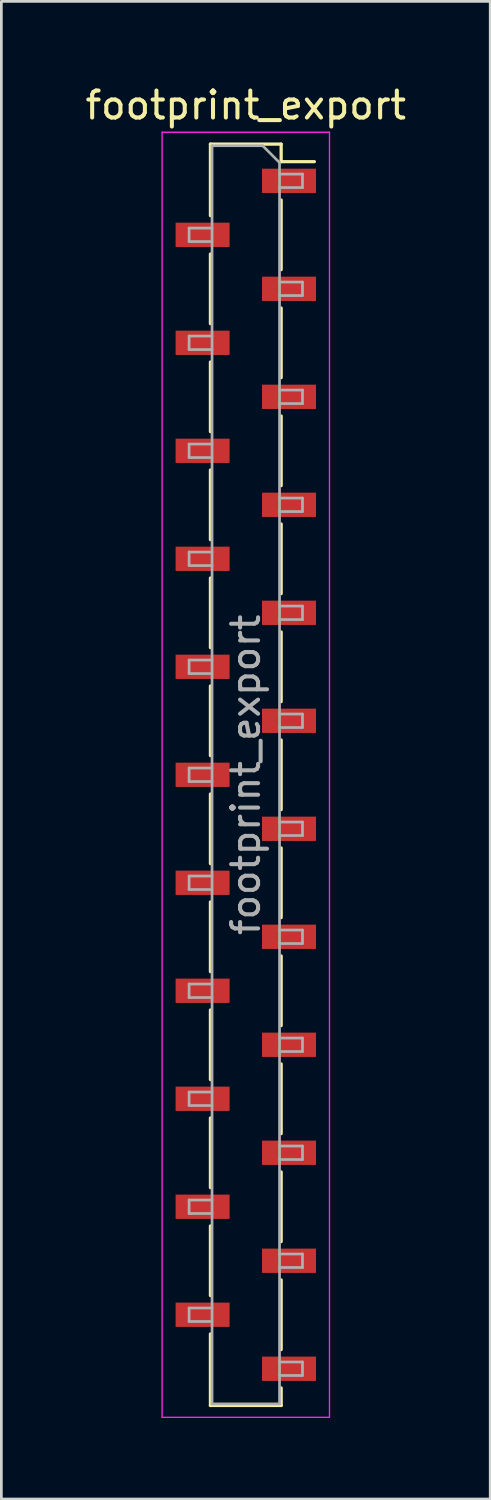
<source format=kicad_pcb>
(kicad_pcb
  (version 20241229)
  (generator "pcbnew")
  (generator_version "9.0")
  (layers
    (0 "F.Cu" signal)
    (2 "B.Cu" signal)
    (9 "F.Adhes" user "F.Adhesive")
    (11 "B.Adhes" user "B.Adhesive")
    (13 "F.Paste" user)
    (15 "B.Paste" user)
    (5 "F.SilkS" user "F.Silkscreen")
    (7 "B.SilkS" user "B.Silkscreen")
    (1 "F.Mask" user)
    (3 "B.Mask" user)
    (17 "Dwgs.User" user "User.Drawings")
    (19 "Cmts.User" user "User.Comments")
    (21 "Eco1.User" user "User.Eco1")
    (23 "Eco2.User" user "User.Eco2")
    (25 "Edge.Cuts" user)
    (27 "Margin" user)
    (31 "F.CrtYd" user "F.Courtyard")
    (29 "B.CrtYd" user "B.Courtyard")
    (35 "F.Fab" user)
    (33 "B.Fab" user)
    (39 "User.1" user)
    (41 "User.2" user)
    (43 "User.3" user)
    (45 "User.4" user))
  (footprint "footprint_export"
    (layer "F.Cu")
    (at 6.054 25.648)
    (property "Reference" "footprint_export" (at 0 -24.8 0) (layer "F.SilkS") (effects (font (size 1 1) (thickness 0.15))))
    (attr smd)
    (fp_line (start -1.31 -23.36) (end -1.31 -20.71) (stroke (width 0.12) (type solid)) (layer "F.SilkS"))
    (fp_line (start -1.31 -23.36) (end 1.31 -23.36) (stroke (width 0.12) (type solid)) (layer "F.SilkS"))
    (fp_line (start -1.31 -19.29) (end -1.31 -16.71) (stroke (width 0.12) (type solid)) (layer "F.SilkS"))
    (fp_line (start -1.31 -15.29) (end -1.31 -12.71) (stroke (width 0.12) (type solid)) (layer "F.SilkS"))
    (fp_line (start -1.31 -11.29) (end -1.31 -8.71) (stroke (width 0.12) (type solid)) (layer "F.SilkS"))
    (fp_line (start -1.31 -7.29) (end -1.31 -4.71) (stroke (width 0.12) (type solid)) (layer "F.SilkS"))
    (fp_line (start -1.31 -3.29) (end -1.31 -0.71) (stroke (width 0.12) (type solid)) (layer "F.SilkS"))
    (fp_line (start -1.31 0.71) (end -1.31 3.29) (stroke (width 0.12) (type solid)) (layer "F.SilkS"))
    (fp_line (start -1.31 4.71) (end -1.31 7.29) (stroke (width 0.12) (type solid)) (layer "F.SilkS"))
    (fp_line (start -1.31 8.71) (end -1.31 11.29) (stroke (width 0.12) (type solid)) (layer "F.SilkS"))
    (fp_line (start -1.31 12.71) (end -1.31 15.29) (stroke (width 0.12) (type solid)) (layer "F.SilkS"))
    (fp_line (start -1.31 16.71) (end -1.31 19.29) (stroke (width 0.12) (type solid)) (layer "F.SilkS"))
    (fp_line (start -1.31 20.71) (end -1.31 23.36) (stroke (width 0.12) (type solid)) (layer "F.SilkS"))
    (fp_line (start -1.31 23.36) (end 1.31 23.36) (stroke (width 0.12) (type solid)) (layer "F.SilkS"))
    (fp_line (start 1.31 -23.36) (end 1.31 -22.71) (stroke (width 0.12) (type solid)) (layer "F.SilkS"))
    (fp_line (start 1.31 -22.71) (end 2.54 -22.71) (stroke (width 0.12) (type solid)) (layer "F.SilkS"))
    (fp_line (start 1.31 -21.29) (end 1.31 -18.71) (stroke (width 0.12) (type solid)) (layer "F.SilkS"))
    (fp_line (start 1.31 -17.29) (end 1.31 -14.71) (stroke (width 0.12) (type solid)) (layer "F.SilkS"))
    (fp_line (start 1.31 -13.29) (end 1.31 -10.71) (stroke (width 0.12) (type solid)) (layer "F.SilkS"))
    (fp_line (start 1.31 -9.29) (end 1.31 -6.71) (stroke (width 0.12) (type solid)) (layer "F.SilkS"))
    (fp_line (start 1.31 -5.29) (end 1.31 -2.71) (stroke (width 0.12) (type solid)) (layer "F.SilkS"))
    (fp_line (start 1.31 -1.29) (end 1.31 1.29) (stroke (width 0.12) (type solid)) (layer "F.SilkS"))
    (fp_line (start 1.31 2.71) (end 1.31 5.29) (stroke (width 0.12) (type solid)) (layer "F.SilkS"))
    (fp_line (start 1.31 6.71) (end 1.31 9.29) (stroke (width 0.12) (type solid)) (layer "F.SilkS"))
    (fp_line (start 1.31 10.71) (end 1.31 13.29) (stroke (width 0.12) (type solid)) (layer "F.SilkS"))
    (fp_line (start 1.31 14.71) (end 1.31 17.29) (stroke (width 0.12) (type solid)) (layer "F.SilkS"))
    (fp_line (start 1.31 18.71) (end 1.31 21.29) (stroke (width 0.12) (type solid)) (layer "F.SilkS"))
    (fp_line (start 1.31 22.71) (end 1.31 23.36) (stroke (width 0.12) (type solid)) (layer "F.SilkS"))
    (fp_line (start -3.1 -23.8) (end 3.1 -23.8) (stroke (width 0.05) (type solid)) (layer "F.CrtYd"))
    (fp_line (start -3.1 23.8) (end -3.1 -23.8) (stroke (width 0.05) (type solid)) (layer "F.CrtYd"))
    (fp_line (start 3.1 -23.8) (end 3.1 23.8) (stroke (width 0.05) (type solid)) (layer "F.CrtYd"))
    (fp_line (start 3.1 23.8) (end -3.1 23.8) (stroke (width 0.05) (type solid)) (layer "F.CrtYd"))
    (fp_line (start -2.1 -20.25) (end -1.25 -20.25) (stroke (width 0.1) (type solid)) (layer "F.Fab"))
    (fp_line (start -2.1 -19.75) (end -2.1 -20.25) (stroke (width 0.1) (type solid)) (layer "F.Fab"))
    (fp_line (start -2.1 -16.25) (end -1.25 -16.25) (stroke (width 0.1) (type solid)) (layer "F.Fab"))
    (fp_line (start -2.1 -15.75) (end -2.1 -16.25) (stroke (width 0.1) (type solid)) (layer "F.Fab"))
    (fp_line (start -2.1 -12.25) (end -1.25 -12.25) (stroke (width 0.1) (type solid)) (layer "F.Fab"))
    (fp_line (start -2.1 -11.75) (end -2.1 -12.25) (stroke (width 0.1) (type solid)) (layer "F.Fab"))
    (fp_line (start -2.1 -8.25) (end -1.25 -8.25) (stroke (width 0.1) (type solid)) (layer "F.Fab"))
    (fp_line (start -2.1 -7.75) (end -2.1 -8.25) (stroke (width 0.1) (type solid)) (layer "F.Fab"))
    (fp_line (start -2.1 -4.25) (end -1.25 -4.25) (stroke (width 0.1) (type solid)) (layer "F.Fab"))
    (fp_line (start -2.1 -3.75) (end -2.1 -4.25) (stroke (width 0.1) (type solid)) (layer "F.Fab"))
    (fp_line (start -2.1 -0.25) (end -1.25 -0.25) (stroke (width 0.1) (type solid)) (layer "F.Fab"))
    (fp_line (start -2.1 0.25) (end -2.1 -0.25) (stroke (width 0.1) (type solid)) (layer "F.Fab"))
    (fp_line (start -2.1 3.75) (end -1.25 3.75) (stroke (width 0.1) (type solid)) (layer "F.Fab"))
    (fp_line (start -2.1 4.25) (end -2.1 3.75) (stroke (width 0.1) (type solid)) (layer "F.Fab"))
    (fp_line (start -2.1 7.75) (end -1.25 7.75) (stroke (width 0.1) (type solid)) (layer "F.Fab"))
    (fp_line (start -2.1 8.25) (end -2.1 7.75) (stroke (width 0.1) (type solid)) (layer "F.Fab"))
    (fp_line (start -2.1 11.75) (end -1.25 11.75) (stroke (width 0.1) (type solid)) (layer "F.Fab"))
    (fp_line (start -2.1 12.25) (end -2.1 11.75) (stroke (width 0.1) (type solid)) (layer "F.Fab"))
    (fp_line (start -2.1 15.75) (end -1.25 15.75) (stroke (width 0.1) (type solid)) (layer "F.Fab"))
    (fp_line (start -2.1 16.25) (end -2.1 15.75) (stroke (width 0.1) (type solid)) (layer "F.Fab"))
    (fp_line (start -2.1 19.75) (end -1.25 19.75) (stroke (width 0.1) (type solid)) (layer "F.Fab"))
    (fp_line (start -2.1 20.25) (end -2.1 19.75) (stroke (width 0.1) (type solid)) (layer "F.Fab"))
    (fp_line (start -1.25 -23.3) (end 0.625 -23.3) (stroke (width 0.1) (type solid)) (layer "F.Fab"))
    (fp_line (start -1.25 -19.75) (end -2.1 -19.75) (stroke (width 0.1) (type solid)) (layer "F.Fab"))
    (fp_line (start -1.25 -15.75) (end -2.1 -15.75) (stroke (width 0.1) (type solid)) (layer "F.Fab"))
    (fp_line (start -1.25 -11.75) (end -2.1 -11.75) (stroke (width 0.1) (type solid)) (layer "F.Fab"))
    (fp_line (start -1.25 -7.75) (end -2.1 -7.75) (stroke (width 0.1) (type solid)) (layer "F.Fab"))
    (fp_line (start -1.25 -3.75) (end -2.1 -3.75) (stroke (width 0.1) (type solid)) (layer "F.Fab"))
    (fp_line (start -1.25 0.25) (end -2.1 0.25) (stroke (width 0.1) (type solid)) (layer "F.Fab"))
    (fp_line (start -1.25 4.25) (end -2.1 4.25) (stroke (width 0.1) (type solid)) (layer "F.Fab"))
    (fp_line (start -1.25 8.25) (end -2.1 8.25) (stroke (width 0.1) (type solid)) (layer "F.Fab"))
    (fp_line (start -1.25 12.25) (end -2.1 12.25) (stroke (width 0.1) (type solid)) (layer "F.Fab"))
    (fp_line (start -1.25 16.25) (end -2.1 16.25) (stroke (width 0.1) (type solid)) (layer "F.Fab"))
    (fp_line (start -1.25 20.25) (end -2.1 20.25) (stroke (width 0.1) (type solid)) (layer "F.Fab"))
    (fp_line (start -1.25 23.3) (end -1.25 -23.3) (stroke (width 0.1) (type solid)) (layer "F.Fab"))
    (fp_line (start 0.625 -23.3) (end 1.25 -22.675) (stroke (width 0.1) (type solid)) (layer "F.Fab"))
    (fp_line (start 1.25 -22.675) (end 1.25 23.3) (stroke (width 0.1) (type solid)) (layer "F.Fab"))
    (fp_line (start 1.25 -22.25) (end 2.1 -22.25) (stroke (width 0.1) (type solid)) (layer "F.Fab"))
    (fp_line (start 1.25 -18.25) (end 2.1 -18.25) (stroke (width 0.1) (type solid)) (layer "F.Fab"))
    (fp_line (start 1.25 -14.25) (end 2.1 -14.25) (stroke (width 0.1) (type solid)) (layer "F.Fab"))
    (fp_line (start 1.25 -10.25) (end 2.1 -10.25) (stroke (width 0.1) (type solid)) (layer "F.Fab"))
    (fp_line (start 1.25 -6.25) (end 2.1 -6.25) (stroke (width 0.1) (type solid)) (layer "F.Fab"))
    (fp_line (start 1.25 -2.25) (end 2.1 -2.25) (stroke (width 0.1) (type solid)) (layer "F.Fab"))
    (fp_line (start 1.25 1.75) (end 2.1 1.75) (stroke (width 0.1) (type solid)) (layer "F.Fab"))
    (fp_line (start 1.25 5.75) (end 2.1 5.75) (stroke (width 0.1) (type solid)) (layer "F.Fab"))
    (fp_line (start 1.25 9.75) (end 2.1 9.75) (stroke (width 0.1) (type solid)) (layer "F.Fab"))
    (fp_line (start 1.25 13.75) (end 2.1 13.75) (stroke (width 0.1) (type solid)) (layer "F.Fab"))
    (fp_line (start 1.25 17.75) (end 2.1 17.75) (stroke (width 0.1) (type solid)) (layer "F.Fab"))
    (fp_line (start 1.25 21.75) (end 2.1 21.75) (stroke (width 0.1) (type solid)) (layer "F.Fab"))
    (fp_line (start 1.25 23.3) (end -1.25 23.3) (stroke (width 0.1) (type solid)) (layer "F.Fab"))
    (fp_line (start 2.1 -22.25) (end 2.1 -21.75) (stroke (width 0.1) (type solid)) (layer "F.Fab"))
    (fp_line (start 2.1 -21.75) (end 1.25 -21.75) (stroke (width 0.1) (type solid)) (layer "F.Fab"))
    (fp_line (start 2.1 -18.25) (end 2.1 -17.75) (stroke (width 0.1) (type solid)) (layer "F.Fab"))
    (fp_line (start 2.1 -17.75) (end 1.25 -17.75) (stroke (width 0.1) (type solid)) (layer "F.Fab"))
    (fp_line (start 2.1 -14.25) (end 2.1 -13.75) (stroke (width 0.1) (type solid)) (layer "F.Fab"))
    (fp_line (start 2.1 -13.75) (end 1.25 -13.75) (stroke (width 0.1) (type solid)) (layer "F.Fab"))
    (fp_line (start 2.1 -10.25) (end 2.1 -9.75) (stroke (width 0.1) (type solid)) (layer "F.Fab"))
    (fp_line (start 2.1 -9.75) (end 1.25 -9.75) (stroke (width 0.1) (type solid)) (layer "F.Fab"))
    (fp_line (start 2.1 -6.25) (end 2.1 -5.75) (stroke (width 0.1) (type solid)) (layer "F.Fab"))
    (fp_line (start 2.1 -5.75) (end 1.25 -5.75) (stroke (width 0.1) (type solid)) (layer "F.Fab"))
    (fp_line (start 2.1 -2.25) (end 2.1 -1.75) (stroke (width 0.1) (type solid)) (layer "F.Fab"))
    (fp_line (start 2.1 -1.75) (end 1.25 -1.75) (stroke (width 0.1) (type solid)) (layer "F.Fab"))
    (fp_line (start 2.1 1.75) (end 2.1 2.25) (stroke (width 0.1) (type solid)) (layer "F.Fab"))
    (fp_line (start 2.1 2.25) (end 1.25 2.25) (stroke (width 0.1) (type solid)) (layer "F.Fab"))
    (fp_line (start 2.1 5.75) (end 2.1 6.25) (stroke (width 0.1) (type solid)) (layer "F.Fab"))
    (fp_line (start 2.1 6.25) (end 1.25 6.25) (stroke (width 0.1) (type solid)) (layer "F.Fab"))
    (fp_line (start 2.1 9.75) (end 2.1 10.25) (stroke (width 0.1) (type solid)) (layer "F.Fab"))
    (fp_line (start 2.1 10.25) (end 1.25 10.25) (stroke (width 0.1) (type solid)) (layer "F.Fab"))
    (fp_line (start 2.1 13.75) (end 2.1 14.25) (stroke (width 0.1) (type solid)) (layer "F.Fab"))
    (fp_line (start 2.1 14.25) (end 1.25 14.25) (stroke (width 0.1) (type solid)) (layer "F.Fab"))
    (fp_line (start 2.1 17.75) (end 2.1 18.25) (stroke (width 0.1) (type solid)) (layer "F.Fab"))
    (fp_line (start 2.1 18.25) (end 1.25 18.25) (stroke (width 0.1) (type solid)) (layer "F.Fab"))
    (fp_line (start 2.1 21.75) (end 2.1 22.25) (stroke (width 0.1) (type solid)) (layer "F.Fab"))
    (fp_line (start 2.1 22.25) (end 1.25 22.25) (stroke (width 0.1) (type solid)) (layer "F.Fab"))
    (fp_text user "${REFERENCE}" (at 0 0 90) (layer "F.Fab") (effects (font (size 1 1) (thickness 0.15))))
    (pad "1" smd rect (at 1.6 -22) (size 2 0.9) (layers "F.Cu" "F.Mask" "F.Paste"))
    (pad "2" smd rect (at -1.6 -20) (size 2 0.9) (layers "F.Cu" "F.Mask" "F.Paste"))
    (pad "3" smd rect (at 1.6 -18) (size 2 0.9) (layers "F.Cu" "F.Mask" "F.Paste"))
    (pad "4" smd rect (at -1.6 -16) (size 2 0.9) (layers "F.Cu" "F.Mask" "F.Paste"))
    (pad "5" smd rect (at 1.6 -14) (size 2 0.9) (layers "F.Cu" "F.Mask" "F.Paste"))
    (pad "6" smd rect (at -1.6 -12) (size 2 0.9) (layers "F.Cu" "F.Mask" "F.Paste"))
    (pad "7" smd rect (at 1.6 -10) (size 2 0.9) (layers "F.Cu" "F.Mask" "F.Paste"))
    (pad "8" smd rect (at -1.6 -8) (size 2 0.9) (layers "F.Cu" "F.Mask" "F.Paste"))
    (pad "9" smd rect (at 1.6 -6) (size 2 0.9) (layers "F.Cu" "F.Mask" "F.Paste"))
    (pad "10" smd rect (at -1.6 -4) (size 2 0.9) (layers "F.Cu" "F.Mask" "F.Paste"))
    (pad "11" smd rect (at 1.6 -2) (size 2 0.9) (layers "F.Cu" "F.Mask" "F.Paste"))
    (pad "12" smd rect (at -1.6 0) (size 2 0.9) (layers "F.Cu" "F.Mask" "F.Paste"))
    (pad "13" smd rect (at 1.6 2) (size 2 0.9) (layers "F.Cu" "F.Mask" "F.Paste"))
    (pad "14" smd rect (at -1.6 4) (size 2 0.9) (layers "F.Cu" "F.Mask" "F.Paste"))
    (pad "15" smd rect (at 1.6 6) (size 2 0.9) (layers "F.Cu" "F.Mask" "F.Paste"))
    (pad "16" smd rect (at -1.6 8) (size 2 0.9) (layers "F.Cu" "F.Mask" "F.Paste"))
    (pad "17" smd rect (at 1.6 10) (size 2 0.9) (layers "F.Cu" "F.Mask" "F.Paste"))
    (pad "18" smd rect (at -1.6 12) (size 2 0.9) (layers "F.Cu" "F.Mask" "F.Paste"))
    (pad "19" smd rect (at 1.6 14) (size 2 0.9) (layers "F.Cu" "F.Mask" "F.Paste"))
    (pad "20" smd rect (at -1.6 16) (size 2 0.9) (layers "F.Cu" "F.Mask" "F.Paste"))
    (pad "21" smd rect (at 1.6 18) (size 2 0.9) (layers "F.Cu" "F.Mask" "F.Paste"))
    (pad "22" smd rect (at -1.6 20) (size 2 0.9) (layers "F.Cu" "F.Mask" "F.Paste"))
    (pad "23" smd rect (at 1.6 22) (size 2 0.9) (layers "F.Cu" "F.Mask" "F.Paste")))
  (gr_rect
    (start -3 -3)
    (end 15.107 52.473)
    (stroke (width 0.1) (type default))
    (fill no)
    (layer "Edge.Cuts")))
</source>
